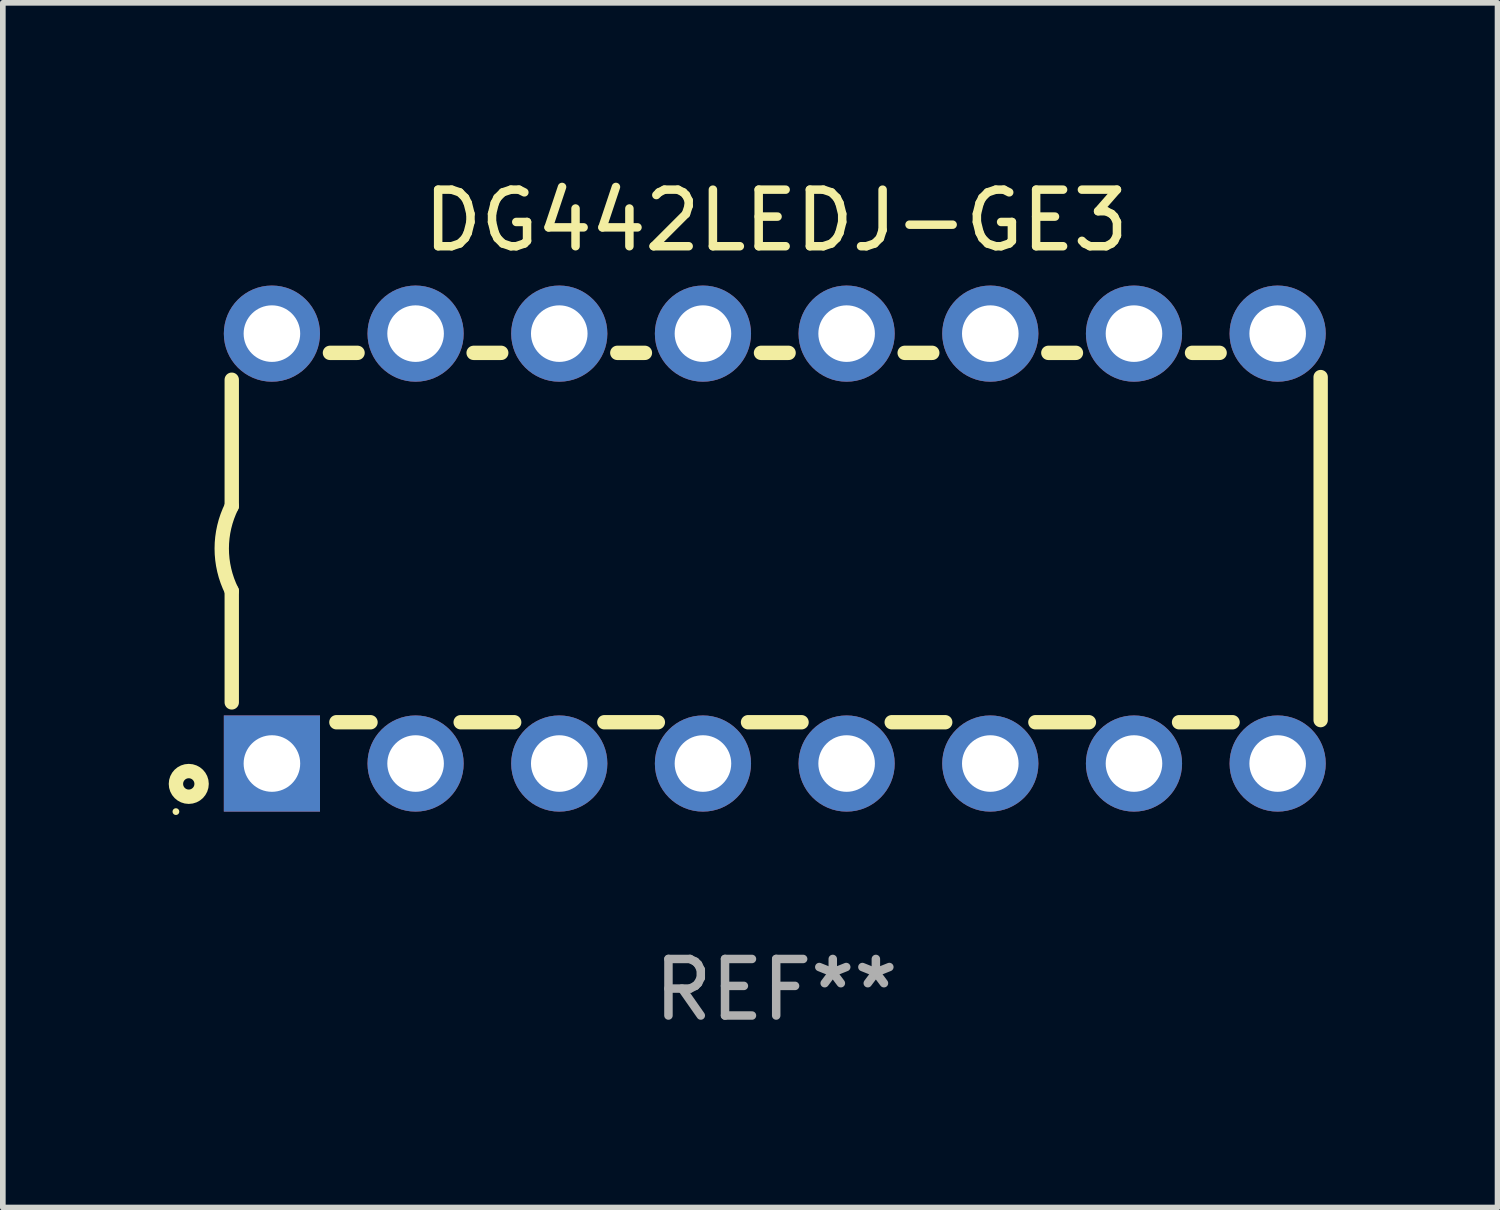
<source format=kicad_pcb>
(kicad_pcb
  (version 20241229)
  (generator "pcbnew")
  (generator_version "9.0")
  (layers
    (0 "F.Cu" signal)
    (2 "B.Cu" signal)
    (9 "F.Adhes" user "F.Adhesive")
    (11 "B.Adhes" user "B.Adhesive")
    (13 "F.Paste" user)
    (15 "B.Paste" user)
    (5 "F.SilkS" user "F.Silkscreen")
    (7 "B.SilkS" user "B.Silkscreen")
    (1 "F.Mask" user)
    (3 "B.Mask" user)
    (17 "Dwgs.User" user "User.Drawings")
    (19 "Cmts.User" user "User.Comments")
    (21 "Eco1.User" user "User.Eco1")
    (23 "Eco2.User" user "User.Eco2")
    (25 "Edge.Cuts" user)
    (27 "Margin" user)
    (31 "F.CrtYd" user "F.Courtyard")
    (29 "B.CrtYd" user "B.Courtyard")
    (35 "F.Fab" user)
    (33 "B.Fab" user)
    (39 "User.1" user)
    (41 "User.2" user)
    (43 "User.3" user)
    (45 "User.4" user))
  (footprint "DG442LEDJ-GE3"
    (layer "F.Cu")
    (at 10.672 6.648)
    (property "Reference" "DG442LEDJ-GE3" (at 0 -5.8 0) (layer "F.SilkS") (effects (font (size 1 1) (thickness 0.15))))
    (attr through_hole)
    (fp_line (start -9.625 -0.75) (end -9.625 -2.985) (stroke (width 0.254) (type solid)) (layer "F.SilkS"))
    (fp_line (start -9.625 0.749) (end -9.625 2.719) (stroke (width 0.254) (type solid)) (layer "F.SilkS"))
    (fp_line (start -7.889 -3.46) (end -7.401 -3.46) (stroke (width 0.254) (type solid)) (layer "F.SilkS"))
    (fp_line (start -7.775 3.07) (end -7.172 3.07) (stroke (width 0.254) (type solid)) (layer "F.SilkS"))
    (fp_line (start -5.578 3.07) (end -4.632 3.07) (stroke (width 0.254) (type solid)) (layer "F.SilkS"))
    (fp_line (start -5.349 -3.46) (end -4.861 -3.46) (stroke (width 0.254) (type solid)) (layer "F.SilkS"))
    (fp_line (start -3.038 3.07) (end -2.092 3.07) (stroke (width 0.254) (type solid)) (layer "F.SilkS"))
    (fp_line (start -2.809 -3.46) (end -2.321 -3.46) (stroke (width 0.254) (type solid)) (layer "F.SilkS"))
    (fp_line (start -0.498 3.07) (end 0.448 3.07) (stroke (width 0.254) (type solid)) (layer "F.SilkS"))
    (fp_line (start -0.269 -3.46) (end 0.219 -3.46) (stroke (width 0.254) (type solid)) (layer "F.SilkS"))
    (fp_line (start 2.042 3.07) (end 2.988 3.07) (stroke (width 0.254) (type solid)) (layer "F.SilkS"))
    (fp_line (start 2.271 -3.46) (end 2.759 -3.46) (stroke (width 0.254) (type solid)) (layer "F.SilkS"))
    (fp_line (start 4.582 3.07) (end 5.528 3.07) (stroke (width 0.254) (type solid)) (layer "F.SilkS"))
    (fp_line (start 4.811 -3.46) (end 5.299 -3.46) (stroke (width 0.254) (type solid)) (layer "F.SilkS"))
    (fp_line (start 7.122 3.07) (end 8.068 3.07) (stroke (width 0.254) (type solid)) (layer "F.SilkS"))
    (fp_line (start 7.351 -3.46) (end 7.839 -3.46) (stroke (width 0.254) (type solid)) (layer "F.SilkS"))
    (fp_line (start 9.625 3.032) (end 9.625 -3.032) (stroke (width 0.254) (type solid)) (layer "F.SilkS"))
    (fp_arc (start -9.62498 0.748819) (mid -9.801899 -0.000581) (end -9.625006 -0.749987) (stroke (width 0.254001) (type solid)) (layer "F.SilkS"))
    (fp_circle (center -10.612 4.65) (end -10.582 4.65) (stroke (width 0.06) (type solid)) (fill no) (layer "F.SilkS"))
    (fp_circle (center -10.385 4.16) (end -10.285 4.16) (stroke (width 0.254) (type solid)) (fill no) (layer "F.SilkS"))
    (fp_text user "REF**" (at 0 7.8 0) (layer "F.Fab") (effects (font (size 1 1) (thickness 0.15))))
    (pad "1" thru_hole rect (at -8.915 3.8 90) (size 1.7 1.7) (drill 1) (layers "*.Cu" "*.Mask"))
    (pad "2" thru_hole circle (at -6.375 3.8) (size 1.7 1.7) (drill 1) (layers "*.Cu" "*.Mask"))
    (pad "3" thru_hole circle (at -3.835 3.8) (size 1.7 1.7) (drill 1) (layers "*.Cu" "*.Mask"))
    (pad "4" thru_hole circle (at -1.295 3.8) (size 1.7 1.7) (drill 1) (layers "*.Cu" "*.Mask"))
    (pad "5" thru_hole circle (at 1.245 3.8) (size 1.7 1.7) (drill 1) (layers "*.Cu" "*.Mask"))
    (pad "6" thru_hole circle (at 3.785 3.8) (size 1.7 1.7) (drill 1) (layers "*.Cu" "*.Mask"))
    (pad "7" thru_hole circle (at 6.325 3.8) (size 1.7 1.7) (drill 1) (layers "*.Cu" "*.Mask"))
    (pad "8" thru_hole circle (at 8.865 3.8) (size 1.7 1.7) (drill 1) (layers "*.Cu" "*.Mask"))
    (pad "9" thru_hole circle (at 8.865 -3.8) (size 1.7 1.7) (drill 1) (layers "*.Cu" "*.Mask"))
    (pad "10" thru_hole circle (at 6.325 -3.8) (size 1.7 1.7) (drill 1) (layers "*.Cu" "*.Mask"))
    (pad "11" thru_hole circle (at 3.785 -3.8) (size 1.7 1.7) (drill 1) (layers "*.Cu" "*.Mask"))
    (pad "12" thru_hole circle (at 1.245 -3.8) (size 1.7 1.7) (drill 1) (layers "*.Cu" "*.Mask"))
    (pad "13" thru_hole circle (at -1.295 -3.8) (size 1.7 1.7) (drill 1) (layers "*.Cu" "*.Mask"))
    (pad "14" thru_hole circle (at -3.835 -3.8) (size 1.7 1.7) (drill 1) (layers "*.Cu" "*.Mask"))
    (pad "15" thru_hole circle (at -6.375 -3.8) (size 1.7 1.7) (drill 1) (layers "*.Cu" "*.Mask"))
    (pad "16" thru_hole circle (at -8.915 -3.8) (size 1.7 1.7) (drill 1) (layers "*.Cu" "*.Mask")))
  (gr_rect
    (start -3 -3)
    (end 23.424 18.297)
    (stroke (width 0.1) (type default))
    (fill no)
    (layer "Edge.Cuts")))
</source>
